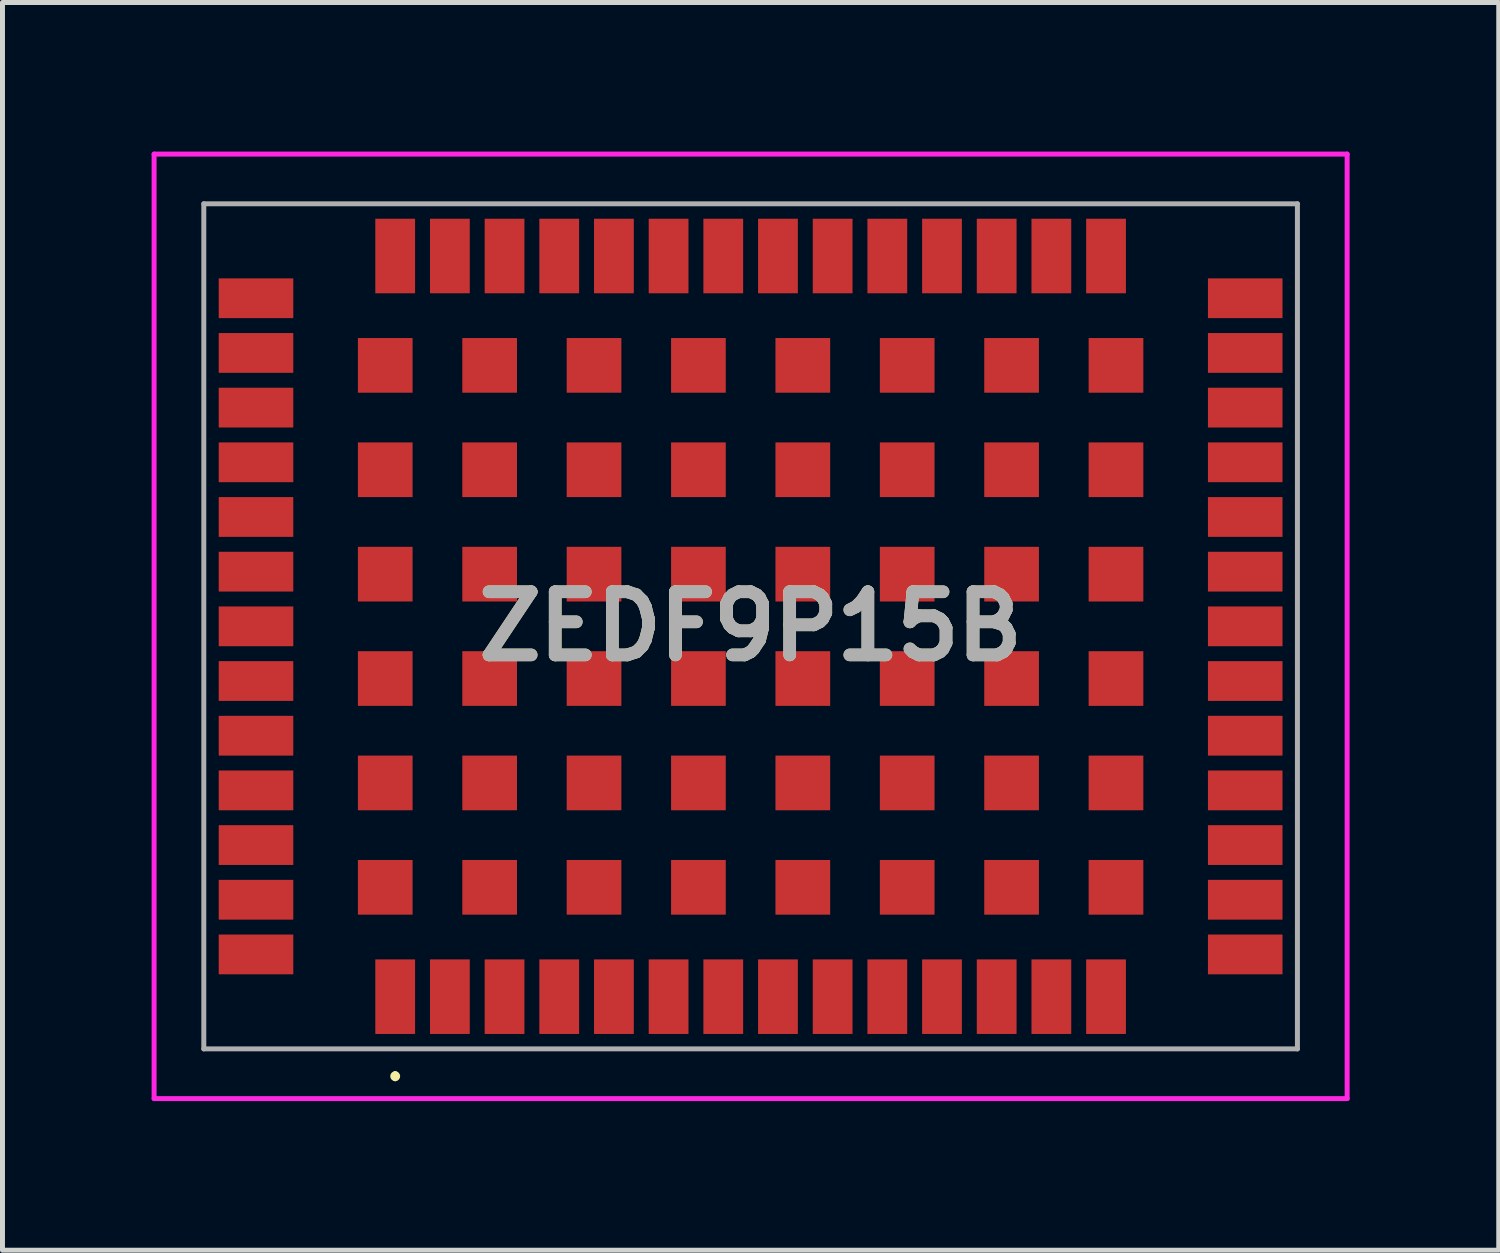
<source format=kicad_pcb>
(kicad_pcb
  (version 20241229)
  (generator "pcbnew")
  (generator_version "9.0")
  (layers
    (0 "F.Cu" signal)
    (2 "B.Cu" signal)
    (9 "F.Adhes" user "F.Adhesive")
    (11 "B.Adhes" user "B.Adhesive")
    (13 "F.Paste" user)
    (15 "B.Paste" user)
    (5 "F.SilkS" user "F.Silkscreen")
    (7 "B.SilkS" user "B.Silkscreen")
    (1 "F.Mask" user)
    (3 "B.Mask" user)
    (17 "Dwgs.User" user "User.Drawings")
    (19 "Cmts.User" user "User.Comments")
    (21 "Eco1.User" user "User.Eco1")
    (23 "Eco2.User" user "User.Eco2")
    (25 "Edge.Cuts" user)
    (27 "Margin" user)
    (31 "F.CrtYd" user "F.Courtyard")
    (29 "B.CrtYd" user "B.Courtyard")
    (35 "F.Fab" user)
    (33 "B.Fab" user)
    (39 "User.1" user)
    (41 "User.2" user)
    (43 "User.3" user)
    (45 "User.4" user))
  (footprint "ZEDF9P15B"
    (layer "F.Cu")
    (at 12.05 9.55)
    (property "Reference" "ZEDF9P15B" (at 0 0 0) (layer "F.SilkS") (effects (font (size 1.27 1.27) (thickness 0.254))))
    (attr smd)
    (fp_line (start -7.15 9) (end -7.15 9) (stroke (width 0.1) (type solid)) (layer "F.SilkS"))
    (fp_line (start -7.15 9.1) (end -7.15 9.1) (stroke (width 0.1) (type solid)) (layer "F.SilkS"))
    (fp_arc (start -7.15 9) (mid -7.1 9.05) (end -7.15 9.1) (stroke (width 0.1) (type solid)) (layer "F.SilkS"))
    (fp_arc (start -7.15 9.1) (mid -7.2 9.05) (end -7.15 9) (stroke (width 0.1) (type solid)) (layer "F.SilkS"))
    (fp_line (start -12 -9.5) (end 12 -9.5) (stroke (width 0.1) (type solid)) (layer "F.CrtYd"))
    (fp_line (start -12 9.5) (end -12 -9.5) (stroke (width 0.1) (type solid)) (layer "F.CrtYd"))
    (fp_line (start 12 -9.5) (end 12 9.5) (stroke (width 0.1) (type solid)) (layer "F.CrtYd"))
    (fp_line (start 12 9.5) (end -12 9.5) (stroke (width 0.1) (type solid)) (layer "F.CrtYd"))
    (fp_line (start -11 -8.5) (end -11 8.5) (stroke (width 0.1) (type solid)) (layer "F.Fab"))
    (fp_line (start -11 8.5) (end 11 8.5) (stroke (width 0.1) (type solid)) (layer "F.Fab"))
    (fp_line (start 11 -8.5) (end -11 -8.5) (stroke (width 0.1) (type solid)) (layer "F.Fab"))
    (fp_line (start 11 8.5) (end 11 -8.5) (stroke (width 0.1) (type solid)) (layer "F.Fab"))
    (fp_text user "${REFERENCE}" (at 0 0 0) (layer "F.Fab") (effects (font (size 1.27 1.27) (thickness 0.254))))
    (pad "1" smd rect (at -7.15 7.45) (size 0.8 1.5) (layers "F.Cu" "F.Mask" "F.Paste"))
    (pad "2" smd rect (at -6.05 7.45) (size 0.8 1.5) (layers "F.Cu" "F.Mask" "F.Paste"))
    (pad "3" smd rect (at -4.95 7.45) (size 0.8 1.5) (layers "F.Cu" "F.Mask" "F.Paste"))
    (pad "4" smd rect (at -3.85 7.45) (size 0.8 1.5) (layers "F.Cu" "F.Mask" "F.Paste"))
    (pad "5" smd rect (at -2.75 7.45) (size 0.8 1.5) (layers "F.Cu" "F.Mask" "F.Paste"))
    (pad "6" smd rect (at -1.65 7.45) (size 0.8 1.5) (layers "F.Cu" "F.Mask" "F.Paste"))
    (pad "7" smd rect (at -0.55 7.45) (size 0.8 1.5) (layers "F.Cu" "F.Mask" "F.Paste"))
    (pad "8" smd rect (at 0.55 7.45) (size 0.8 1.5) (layers "F.Cu" "F.Mask" "F.Paste"))
    (pad "9" smd rect (at 1.65 7.45) (size 0.8 1.5) (layers "F.Cu" "F.Mask" "F.Paste"))
    (pad "10" smd rect (at 2.75 7.45) (size 0.8 1.5) (layers "F.Cu" "F.Mask" "F.Paste"))
    (pad "11" smd rect (at 3.85 7.45) (size 0.8 1.5) (layers "F.Cu" "F.Mask" "F.Paste"))
    (pad "12" smd rect (at 4.95 7.45) (size 0.8 1.5) (layers "F.Cu" "F.Mask" "F.Paste"))
    (pad "13" smd rect (at 6.05 7.45) (size 0.8 1.5) (layers "F.Cu" "F.Mask" "F.Paste"))
    (pad "14" smd rect (at 7.15 7.45) (size 0.8 1.5) (layers "F.Cu" "F.Mask" "F.Paste"))
    (pad "15" smd rect (at 9.95 6.6 90) (size 0.8 1.5) (layers "F.Cu" "F.Mask" "F.Paste"))
    (pad "16" smd rect (at 9.95 5.5 90) (size 0.8 1.5) (layers "F.Cu" "F.Mask" "F.Paste"))
    (pad "17" smd rect (at 9.95 4.4 90) (size 0.8 1.5) (layers "F.Cu" "F.Mask" "F.Paste"))
    (pad "18" smd rect (at 9.95 3.3 90) (size 0.8 1.5) (layers "F.Cu" "F.Mask" "F.Paste"))
    (pad "19" smd rect (at 9.95 2.2 90) (size 0.8 1.5) (layers "F.Cu" "F.Mask" "F.Paste"))
    (pad "20" smd rect (at 9.95 1.1 90) (size 0.8 1.5) (layers "F.Cu" "F.Mask" "F.Paste"))
    (pad "21" smd rect (at 9.95 0 90) (size 0.8 1.5) (layers "F.Cu" "F.Mask" "F.Paste"))
    (pad "22" smd rect (at 9.95 -1.1 90) (size 0.8 1.5) (layers "F.Cu" "F.Mask" "F.Paste"))
    (pad "23" smd rect (at 9.95 -2.2 90) (size 0.8 1.5) (layers "F.Cu" "F.Mask" "F.Paste"))
    (pad "24" smd rect (at 9.95 -3.3 90) (size 0.8 1.5) (layers "F.Cu" "F.Mask" "F.Paste"))
    (pad "25" smd rect (at 9.95 -4.4 90) (size 0.8 1.5) (layers "F.Cu" "F.Mask" "F.Paste"))
    (pad "26" smd rect (at 9.95 -5.5 90) (size 0.8 1.5) (layers "F.Cu" "F.Mask" "F.Paste"))
    (pad "27" smd rect (at 9.95 -6.6 90) (size 0.8 1.5) (layers "F.Cu" "F.Mask" "F.Paste"))
    (pad "28" smd rect (at 7.15 -7.45) (size 0.8 1.5) (layers "F.Cu" "F.Mask" "F.Paste"))
    (pad "29" smd rect (at 6.05 -7.45) (size 0.8 1.5) (layers "F.Cu" "F.Mask" "F.Paste"))
    (pad "30" smd rect (at 4.95 -7.45) (size 0.8 1.5) (layers "F.Cu" "F.Mask" "F.Paste"))
    (pad "31" smd rect (at 3.85 -7.45) (size 0.8 1.5) (layers "F.Cu" "F.Mask" "F.Paste"))
    (pad "32" smd rect (at 2.75 -7.45) (size 0.8 1.5) (layers "F.Cu" "F.Mask" "F.Paste"))
    (pad "33" smd rect (at 1.65 -7.45) (size 0.8 1.5) (layers "F.Cu" "F.Mask" "F.Paste"))
    (pad "34" smd rect (at 0.55 -7.45) (size 0.8 1.5) (layers "F.Cu" "F.Mask" "F.Paste"))
    (pad "35" smd rect (at -0.55 -7.45) (size 0.8 1.5) (layers "F.Cu" "F.Mask" "F.Paste"))
    (pad "36" smd rect (at -1.65 -7.45) (size 0.8 1.5) (layers "F.Cu" "F.Mask" "F.Paste"))
    (pad "37" smd rect (at -2.75 -7.45) (size 0.8 1.5) (layers "F.Cu" "F.Mask" "F.Paste"))
    (pad "38" smd rect (at -3.85 -7.45) (size 0.8 1.5) (layers "F.Cu" "F.Mask" "F.Paste"))
    (pad "39" smd rect (at -4.95 -7.45) (size 0.8 1.5) (layers "F.Cu" "F.Mask" "F.Paste"))
    (pad "40" smd rect (at -6.05 -7.45) (size 0.8 1.5) (layers "F.Cu" "F.Mask" "F.Paste"))
    (pad "41" smd rect (at -7.15 -7.45) (size 0.8 1.5) (layers "F.Cu" "F.Mask" "F.Paste"))
    (pad "42" smd rect (at -9.95 -6.6 90) (size 0.8 1.5) (layers "F.Cu" "F.Mask" "F.Paste"))
    (pad "43" smd rect (at -9.95 -5.5 90) (size 0.8 1.5) (layers "F.Cu" "F.Mask" "F.Paste"))
    (pad "44" smd rect (at -9.95 -4.4 90) (size 0.8 1.5) (layers "F.Cu" "F.Mask" "F.Paste"))
    (pad "45" smd rect (at -9.95 -3.3 90) (size 0.8 1.5) (layers "F.Cu" "F.Mask" "F.Paste"))
    (pad "46" smd rect (at -9.95 -2.2 90) (size 0.8 1.5) (layers "F.Cu" "F.Mask" "F.Paste"))
    (pad "47" smd rect (at -9.95 -1.1 90) (size 0.8 1.5) (layers "F.Cu" "F.Mask" "F.Paste"))
    (pad "48" smd rect (at -9.95 0 90) (size 0.8 1.5) (layers "F.Cu" "F.Mask" "F.Paste"))
    (pad "49" smd rect (at -9.95 1.1 90) (size 0.8 1.5) (layers "F.Cu" "F.Mask" "F.Paste"))
    (pad "50" smd rect (at -9.95 2.2 90) (size 0.8 1.5) (layers "F.Cu" "F.Mask" "F.Paste"))
    (pad "51" smd rect (at -9.95 3.3 90) (size 0.8 1.5) (layers "F.Cu" "F.Mask" "F.Paste"))
    (pad "52" smd rect (at -9.95 4.4 90) (size 0.8 1.5) (layers "F.Cu" "F.Mask" "F.Paste"))
    (pad "53" smd rect (at -9.95 5.5 90) (size 0.8 1.5) (layers "F.Cu" "F.Mask" "F.Paste"))
    (pad "54" smd rect (at -9.95 6.6 90) (size 0.8 1.5) (layers "F.Cu" "F.Mask" "F.Paste"))
    (pad "55" smd rect (at -7.35 5.25) (size 1.1 1.1) (layers "F.Cu" "F.Mask" "F.Paste"))
    (pad "56" smd rect (at -5.25 5.25) (size 1.1 1.1) (layers "F.Cu" "F.Mask" "F.Paste"))
    (pad "57" smd rect (at -3.15 5.25) (size 1.1 1.1) (layers "F.Cu" "F.Mask" "F.Paste"))
    (pad "58" smd rect (at -1.05 5.25) (size 1.1 1.1) (layers "F.Cu" "F.Mask" "F.Paste"))
    (pad "59" smd rect (at 1.05 5.25) (size 1.1 1.1) (layers "F.Cu" "F.Mask" "F.Paste"))
    (pad "60" smd rect (at 3.15 5.25) (size 1.1 1.1) (layers "F.Cu" "F.Mask" "F.Paste"))
    (pad "61" smd rect (at 5.25 5.25) (size 1.1 1.1) (layers "F.Cu" "F.Mask" "F.Paste"))
    (pad "62" smd rect (at 7.35 5.25) (size 1.1 1.1) (layers "F.Cu" "F.Mask" "F.Paste"))
    (pad "63" smd rect (at 7.35 3.15) (size 1.1 1.1) (layers "F.Cu" "F.Mask" "F.Paste"))
    (pad "64" smd rect (at 7.35 1.05) (size 1.1 1.1) (layers "F.Cu" "F.Mask" "F.Paste"))
    (pad "65" smd rect (at 7.35 -1.05) (size 1.1 1.1) (layers "F.Cu" "F.Mask" "F.Paste"))
    (pad "66" smd rect (at 7.35 -3.15) (size 1.1 1.1) (layers "F.Cu" "F.Mask" "F.Paste"))
    (pad "67" smd rect (at 7.35 -5.25) (size 1.1 1.1) (layers "F.Cu" "F.Mask" "F.Paste"))
    (pad "68" smd rect (at 5.25 -5.25) (size 1.1 1.1) (layers "F.Cu" "F.Mask" "F.Paste"))
    (pad "69" smd rect (at 3.15 -5.25) (size 1.1 1.1) (layers "F.Cu" "F.Mask" "F.Paste"))
    (pad "70" smd rect (at 1.05 -5.25) (size 1.1 1.1) (layers "F.Cu" "F.Mask" "F.Paste"))
    (pad "71" smd rect (at -1.05 -5.25) (size 1.1 1.1) (layers "F.Cu" "F.Mask" "F.Paste"))
    (pad "72" smd rect (at -3.15 -5.25) (size 1.1 1.1) (layers "F.Cu" "F.Mask" "F.Paste"))
    (pad "73" smd rect (at -5.25 -5.25) (size 1.1 1.1) (layers "F.Cu" "F.Mask" "F.Paste"))
    (pad "74" smd rect (at -7.35 -5.25) (size 1.1 1.1) (layers "F.Cu" "F.Mask" "F.Paste"))
    (pad "75" smd rect (at -7.35 -3.15) (size 1.1 1.1) (layers "F.Cu" "F.Mask" "F.Paste"))
    (pad "76" smd rect (at -7.35 -1.05) (size 1.1 1.1) (layers "F.Cu" "F.Mask" "F.Paste"))
    (pad "77" smd rect (at -7.35 1.05) (size 1.1 1.1) (layers "F.Cu" "F.Mask" "F.Paste"))
    (pad "78" smd rect (at -7.35 3.15) (size 1.1 1.1) (layers "F.Cu" "F.Mask" "F.Paste"))
    (pad "79" smd rect (at -5.25 3.15) (size 1.1 1.1) (layers "F.Cu" "F.Mask" "F.Paste"))
    (pad "80" smd rect (at -3.15 3.15) (size 1.1 1.1) (layers "F.Cu" "F.Mask" "F.Paste"))
    (pad "81" smd rect (at -1.05 3.15) (size 1.1 1.1) (layers "F.Cu" "F.Mask" "F.Paste"))
    (pad "82" smd rect (at 1.05 3.15) (size 1.1 1.1) (layers "F.Cu" "F.Mask" "F.Paste"))
    (pad "83" smd rect (at 3.15 3.15) (size 1.1 1.1) (layers "F.Cu" "F.Mask" "F.Paste"))
    (pad "84" smd rect (at 5.25 3.15) (size 1.1 1.1) (layers "F.Cu" "F.Mask" "F.Paste"))
    (pad "85" smd rect (at 5.25 1.05) (size 1.1 1.1) (layers "F.Cu" "F.Mask" "F.Paste"))
    (pad "86" smd rect (at 5.25 -1.05) (size 1.1 1.1) (layers "F.Cu" "F.Mask" "F.Paste"))
    (pad "87" smd rect (at 5.25 -3.15) (size 1.1 1.1) (layers "F.Cu" "F.Mask" "F.Paste"))
    (pad "88" smd rect (at 3.15 -3.15) (size 1.1 1.1) (layers "F.Cu" "F.Mask" "F.Paste"))
    (pad "89" smd rect (at 1.05 -3.15) (size 1.1 1.1) (layers "F.Cu" "F.Mask" "F.Paste"))
    (pad "90" smd rect (at -1.05 -3.15) (size 1.1 1.1) (layers "F.Cu" "F.Mask" "F.Paste"))
    (pad "91" smd rect (at -3.15 -3.15) (size 1.1 1.1) (layers "F.Cu" "F.Mask" "F.Paste"))
    (pad "92" smd rect (at -5.25 -3.15) (size 1.1 1.1) (layers "F.Cu" "F.Mask" "F.Paste"))
    (pad "93" smd rect (at -5.25 -1.05) (size 1.1 1.1) (layers "F.Cu" "F.Mask" "F.Paste"))
    (pad "94" smd rect (at -5.25 1.05) (size 1.1 1.1) (layers "F.Cu" "F.Mask" "F.Paste"))
    (pad "95" smd rect (at -3.15 1.05) (size 1.1 1.1) (layers "F.Cu" "F.Mask" "F.Paste"))
    (pad "96" smd rect (at -1.05 1.05) (size 1.1 1.1) (layers "F.Cu" "F.Mask" "F.Paste"))
    (pad "97" smd rect (at 1.05 1.05) (size 1.1 1.1) (layers "F.Cu" "F.Mask" "F.Paste"))
    (pad "98" smd rect (at 3.15 1.05) (size 1.1 1.1) (layers "F.Cu" "F.Mask" "F.Paste"))
    (pad "99" smd rect (at 3.15 -1.05) (size 1.1 1.1) (layers "F.Cu" "F.Mask" "F.Paste"))
    (pad "100" smd rect (at 1.05 -1.05) (size 1.1 1.1) (layers "F.Cu" "F.Mask" "F.Paste"))
    (pad "101" smd rect (at -1.05 -1.05) (size 1.1 1.1) (layers "F.Cu" "F.Mask" "F.Paste"))
    (pad "102" smd rect (at -3.15 -1.05) (size 1.1 1.1) (layers "F.Cu" "F.Mask" "F.Paste")))
  (gr_rect
    (start -3 -3)
    (end 27.1 22.1)
    (stroke (width 0.1) (type default))
    (fill no)
    (layer "Edge.Cuts")))
</source>
